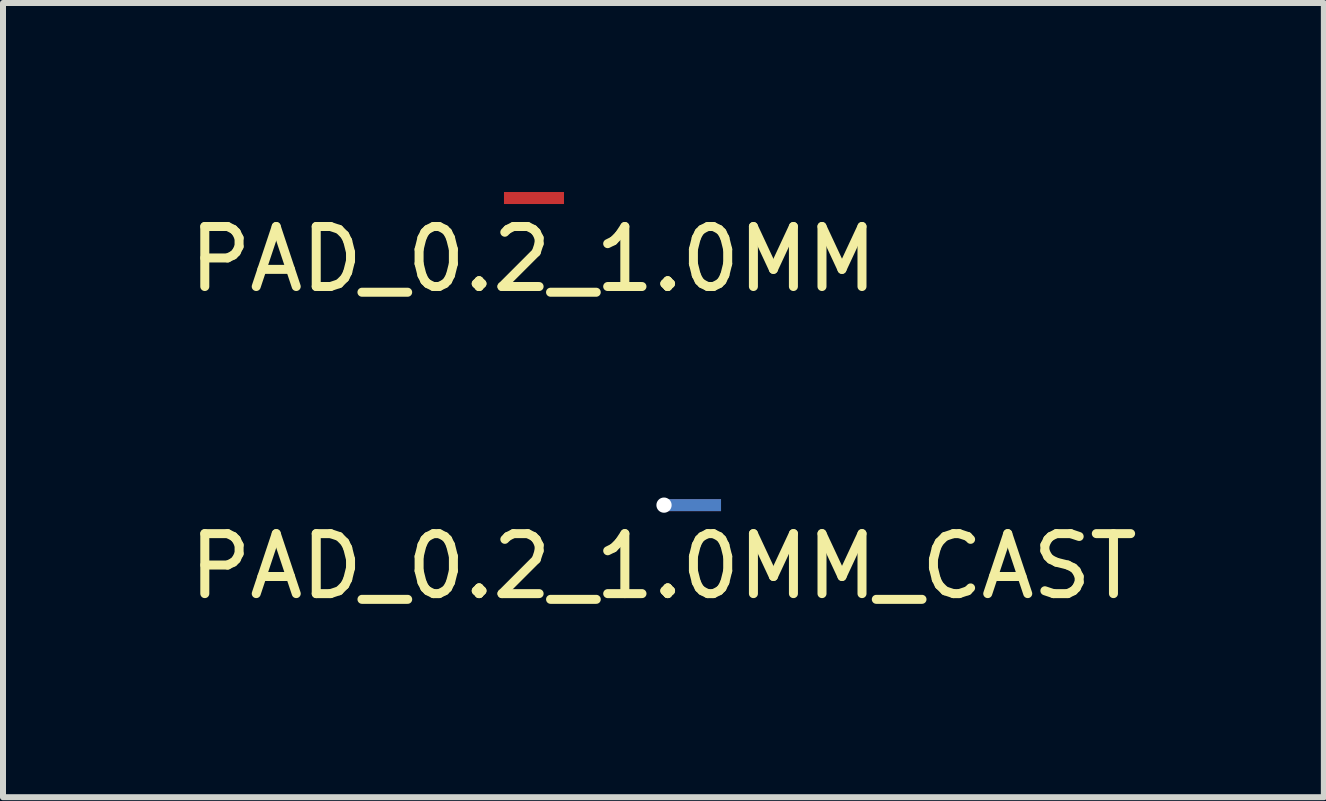
<source format=kicad_pcb>
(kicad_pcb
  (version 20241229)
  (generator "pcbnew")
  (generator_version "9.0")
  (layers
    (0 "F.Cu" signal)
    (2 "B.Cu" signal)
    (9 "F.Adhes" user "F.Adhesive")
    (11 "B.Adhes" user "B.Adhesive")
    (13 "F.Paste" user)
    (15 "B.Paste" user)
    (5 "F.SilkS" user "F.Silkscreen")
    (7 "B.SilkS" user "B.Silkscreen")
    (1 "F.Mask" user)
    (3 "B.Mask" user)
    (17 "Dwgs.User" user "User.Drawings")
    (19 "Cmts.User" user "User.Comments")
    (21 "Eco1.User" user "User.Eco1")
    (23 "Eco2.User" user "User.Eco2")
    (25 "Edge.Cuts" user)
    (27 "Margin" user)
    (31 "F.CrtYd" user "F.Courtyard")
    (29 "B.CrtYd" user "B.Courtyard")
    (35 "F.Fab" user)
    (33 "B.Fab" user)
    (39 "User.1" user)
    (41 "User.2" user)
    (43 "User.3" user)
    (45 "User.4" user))
  (footprint "PAD_0.2_1.0MM_CAST"
    (layer "F.Cu")
    (at 8.016 5.368)
    (property "Reference" "PAD_0.2_1.0MM_CAST" (at -0.01 1.02 0) (layer "F.SilkS") (effects (font (size 1 1) (thickness 0.15))))
    (attr through_hole)
    (pad "1" thru_hole rect (at 0 0) (size 1 0.2) (drill 0.254 (offset 0.45 0)) (layers "*.Cu" "*.Mask")))
  (footprint "PAD_0.2_1.0MM"
    (layer "F.Cu")
    (at 5.849 0.25)
    (property "Reference" "PAD_0.2_1.0MM" (at -0.01 1.02 0) (layer "F.SilkS") (effects (font (size 1 1) (thickness 0.15))))
    (attr through_hole)
    (pad "1" smd rect (at 0 0) (size 1 0.2) (layers "F.Cu" "F.Mask" "F.Paste")))
  (gr_rect
    (start -3 -3)
    (end 19.012 10.236)
    (stroke (width 0.1) (type default))
    (fill no)
    (layer "Edge.Cuts")))
</source>
